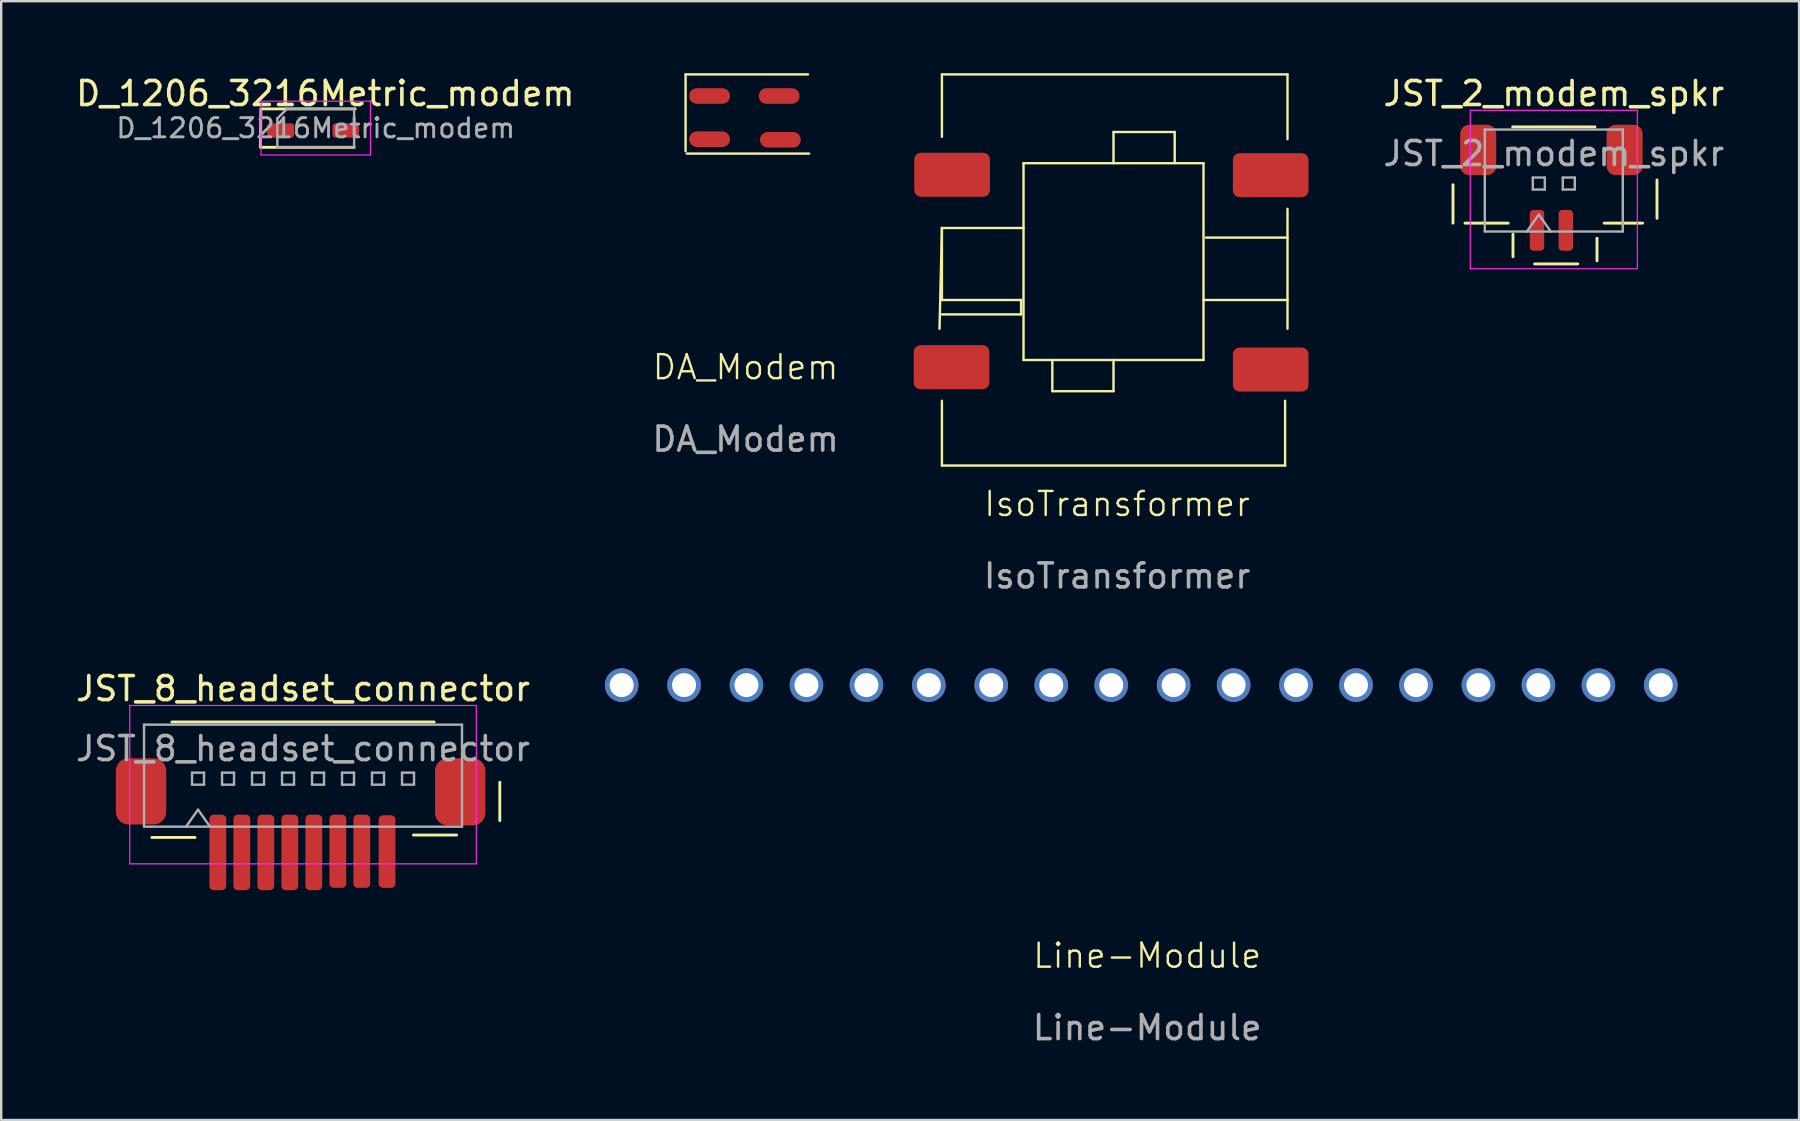
<source format=kicad_pcb>
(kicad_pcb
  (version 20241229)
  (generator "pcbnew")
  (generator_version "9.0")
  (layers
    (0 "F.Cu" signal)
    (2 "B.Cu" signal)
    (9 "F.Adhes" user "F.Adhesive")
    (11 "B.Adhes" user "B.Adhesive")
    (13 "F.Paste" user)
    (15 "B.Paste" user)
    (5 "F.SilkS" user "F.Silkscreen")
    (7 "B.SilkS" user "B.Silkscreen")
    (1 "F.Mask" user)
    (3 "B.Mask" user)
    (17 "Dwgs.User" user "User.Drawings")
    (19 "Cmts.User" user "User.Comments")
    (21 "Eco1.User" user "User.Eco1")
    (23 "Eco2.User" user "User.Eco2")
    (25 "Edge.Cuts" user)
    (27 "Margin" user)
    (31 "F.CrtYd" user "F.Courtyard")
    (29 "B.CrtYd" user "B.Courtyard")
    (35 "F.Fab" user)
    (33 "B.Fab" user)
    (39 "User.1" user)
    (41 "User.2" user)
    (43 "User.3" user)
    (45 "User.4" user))
  (footprint "DA_Modem"
    (layer "F.Cu")
    (at 28.018 1.75)
    (property "Reference" "DA_Modem" (at 0 10.5 0) (unlocked yes) (layer "F.SilkS") (effects (font (size 1 1) (thickness 0.1))))
    (attr smd)
    (fp_line (start -2.5 -1.7) (end 2.6 -1.7) (stroke (width 0.1) (type default)) (layer "F.SilkS"))
    (fp_line (start -2.5 1.5) (end -2.5 -1.7) (stroke (width 0.1) (type default)) (layer "F.SilkS"))
    (fp_line (start -2.45 1.6) (end 2.65 1.6) (stroke (width 0.1) (type default)) (layer "F.SilkS"))
    (fp_text user "${REFERENCE}" (at 0 13.5 0) (unlocked yes) (layer "F.Fab") (effects (font (size 1 1) (thickness 0.15))))
    (pad "1" smd oval (at 1.45 1.025 180) (size 1.7 0.65) (layers "F.Cu" "F.Mask" "F.Paste"))
    (pad "2" smd oval (at 1.4 -0.8 180) (size 1.7 0.65) (layers "F.Cu" "F.Mask" "F.Paste"))
    (pad "3" smd oval (at -1.5 1 180) (size 1.7 0.65) (layers "F.Cu" "F.Mask" "F.Paste"))
    (pad "4" smd oval (at -1.5 -0.8 180) (size 1.7 0.65) (layers "F.Cu" "F.Mask" "F.Paste")))
  (footprint "Line-Module"
    (layer "F.Cu")
    (at 44.755 25.498)
    (property "Reference" "Line-Module" (at 0 11.275 0) (unlocked yes) (layer "F.SilkS") (effects (font (size 1 1) (thickness 0.1))))
    (attr smd)
    (fp_text user "${REFERENCE}" (at 0 14.275 0) (unlocked yes) (layer "F.Fab") (effects (font (size 1 1) (thickness 0.15))))
    (pad "1" thru_hole circle (at -21.9 0) (size 1.4 1.4) (drill 1) (layers "*.Cu" "*.Mask"))
    (pad "2" thru_hole circle (at -19.3 0) (size 1.4 1.4) (drill 1) (layers "*.Cu" "*.Mask"))
    (pad "3" thru_hole circle (at -16.7 0) (size 1.4 1.4) (drill 1) (layers "*.Cu" "*.Mask"))
    (pad "4" thru_hole circle (at -14.2 0) (size 1.4 1.4) (drill 1) (layers "*.Cu" "*.Mask"))
    (pad "5" thru_hole circle (at -11.7 0) (size 1.4 1.4) (drill 1) (layers "*.Cu" "*.Mask"))
    (pad "6" thru_hole circle (at -9.1 0) (size 1.4 1.4) (drill 1) (layers "*.Cu" "*.Mask"))
    (pad "7" thru_hole circle (at -6.5 0) (size 1.4 1.4) (drill 1) (layers "*.Cu" "*.Mask"))
    (pad "8" thru_hole circle (at -4 0) (size 1.4 1.4) (drill 1) (layers "*.Cu" "*.Mask"))
    (pad "9" thru_hole circle (at -1.5 0) (size 1.4 1.4) (drill 1) (layers "*.Cu" "*.Mask"))
    (pad "10" thru_hole circle (at 1.1 0) (size 1.4 1.4) (drill 1) (layers "*.Cu" "*.Mask"))
    (pad "11" thru_hole circle (at 3.6 0) (size 1.4 1.4) (drill 1) (layers "*.Cu" "*.Mask"))
    (pad "12" thru_hole circle (at 6.2 0) (size 1.4 1.4) (drill 1) (layers "*.Cu" "*.Mask"))
    (pad "13" thru_hole circle (at 8.7 0) (size 1.4 1.4) (drill 1) (layers "*.Cu" "*.Mask"))
    (pad "14" thru_hole circle (at 11.2 0) (size 1.4 1.4) (drill 1) (layers "*.Cu" "*.Mask"))
    (pad "15" thru_hole circle (at 13.8 0) (size 1.4 1.4) (drill 1) (layers "*.Cu" "*.Mask"))
    (pad "16" thru_hole circle (at 16.3 0) (size 1.4 1.4) (drill 1) (layers "*.Cu" "*.Mask"))
    (pad "17" thru_hole circle (at 18.8 0) (size 1.4 1.4) (drill 1) (layers "*.Cu" "*.Mask"))
    (pad "18" thru_hole circle (at 21.4 0) (size 1.4 1.4) (drill 1) (layers "*.Cu" "*.Mask")))
  (footprint "IsoTransformer"
    (layer "F.Cu")
    (at 43.5 7.65)
    (property "Reference" "IsoTransformer" (at 0 10.3 0) (unlocked yes) (layer "F.SilkS") (effects (font (size 1 1) (thickness 0.1))))
    (attr smd)
    (fp_line (start -7.3 -7.6) (end 7.1 -7.6) (stroke (width 0.1) (type default)) (layer "F.SilkS"))
    (fp_line (start -7.3 -5) (end -7.3 -7.6) (stroke (width 0.1) (type default)) (layer "F.SilkS"))
    (fp_line (start -7.3 -1.2) (end -7.4 3) (stroke (width 0.1) (type default)) (layer "F.SilkS"))
    (fp_line (start -7.3 -1.2) (end -3.9 -1.2) (stroke (width 0.1) (type default)) (layer "F.SilkS"))
    (fp_line (start -7.3 1.8) (end -7.3 -1.2) (stroke (width 0.1) (type default)) (layer "F.SilkS"))
    (fp_line (start -7.3 2.4) (end -4 2.4) (stroke (width 0.1) (type default)) (layer "F.SilkS"))
    (fp_line (start -7.3 8.7) (end -7.3 6) (stroke (width 0.1) (type default)) (layer "F.SilkS"))
    (fp_line (start -4 1.8) (end -7.3 1.8) (stroke (width 0.1) (type default)) (layer "F.SilkS"))
    (fp_line (start -4 2.4) (end -4 1.8) (stroke (width 0.1) (type default)) (layer "F.SilkS"))
    (fp_line (start -3.9 -3.9) (end -3.9 4.3) (stroke (width 0.1) (type default)) (layer "F.SilkS"))
    (fp_line (start -3.9 4.3) (end 3.6 4.3) (stroke (width 0.1) (type default)) (layer "F.SilkS"))
    (fp_line (start -2.7 5.6) (end -2.7 4.3) (stroke (width 0.1) (type default)) (layer "F.SilkS"))
    (fp_line (start -0.15 -5.2) (end 2.4 -5.2) (stroke (width 0.1) (type default)) (layer "F.SilkS"))
    (fp_line (start -0.15 -3.9) (end -0.15 -5.2) (stroke (width 0.1) (type default)) (layer "F.SilkS"))
    (fp_line (start -0.15 4.3) (end -0.15 5.6) (stroke (width 0.1) (type default)) (layer "F.SilkS"))
    (fp_line (start -0.15 5.6) (end -2.7 5.6) (stroke (width 0.1) (type default)) (layer "F.SilkS"))
    (fp_line (start 2.4 -5.2) (end 2.4 -3.9) (stroke (width 0.1) (type default)) (layer "F.SilkS"))
    (fp_line (start 3.6 -3.9) (end -3.9 -3.9) (stroke (width 0.1) (type default)) (layer "F.SilkS"))
    (fp_line (start 3.6 1.8) (end 7.1 1.8) (stroke (width 0.1) (type default)) (layer "F.SilkS"))
    (fp_line (start 3.6 4.3) (end 3.6 -3.9) (stroke (width 0.1) (type default)) (layer "F.SilkS"))
    (fp_line (start 3.7 -0.8) (end 7.1 -0.8) (stroke (width 0.1) (type default)) (layer "F.SilkS"))
    (fp_line (start 7 6) (end 7 8.7) (stroke (width 0.1) (type default)) (layer "F.SilkS"))
    (fp_line (start 7 8.7) (end -7.3 8.7) (stroke (width 0.1) (type default)) (layer "F.SilkS"))
    (fp_line (start 7.1 -7.6) (end 7.1 -4.9) (stroke (width 0.1) (type default)) (layer "F.SilkS"))
    (fp_line (start 7.1 -2) (end 7.1 3) (stroke (width 0.1) (type default)) (layer "F.SilkS"))
    (fp_text user "${REFERENCE}" (at 0 13.3 0) (unlocked yes) (layer "F.Fab") (effects (font (size 1 1) (thickness 0.15))))
    (pad "1" smd roundrect (at -6.876 -3.417) (size 3.152 1.835) (layers "F.Cu" "F.Mask" "F.Paste") (roundrect_rratio 0.15))
    (pad "2" smd roundrect (at -6.9 4.6) (size 3.152 1.835) (layers "F.Cu" "F.Mask" "F.Paste") (roundrect_rratio 0.15))
    (pad "3" smd roundrect (at 6.4 4.7) (size 3.152 1.835) (layers "F.Cu" "F.Mask" "F.Paste") (roundrect_rratio 0.15))
    (pad "4" smd roundrect (at 6.4 -3.4) (size 3.152 1.835) (layers "F.Cu" "F.Mask" "F.Paste") (roundrect_rratio 0.15)))
  (footprint "JST_8_headset_connector"
    (layer "F.Cu")
    (at 9.577 29.646)
    (property "Reference" "JST_8_headset_connector" (at 0 -4 0) (layer "F.SilkS") (effects (font (size 1 1) (thickness 0.15))))
    (attr smd)
    (fp_line (start -6.3 2.2) (end -4.5 2.2) (stroke (width 0.12) (type solid)) (layer "F.SilkS"))
    (fp_line (start -5.465 -2.61) (end 5.465 -2.61) (stroke (width 0.12) (type solid)) (layer "F.SilkS"))
    (fp_line (start 6.4 2.1) (end 4.6 2.1) (stroke (width 0.12) (type solid)) (layer "F.SilkS"))
    (fp_line (start 8.2 -0.1) (end 8.2 1.5) (stroke (width 0.12) (type solid)) (layer "F.SilkS"))
    (fp_line (start -7.22 -3.3) (end -7.22 3.3) (stroke (width 0.05) (type solid)) (layer "F.CrtYd"))
    (fp_line (start -7.22 3.3) (end 7.22 3.3) (stroke (width 0.05) (type solid)) (layer "F.CrtYd"))
    (fp_line (start 7.22 -3.3) (end -7.22 -3.3) (stroke (width 0.05) (type solid)) (layer "F.CrtYd"))
    (fp_line (start 7.22 3.3) (end 7.22 -3.3) (stroke (width 0.05) (type solid)) (layer "F.CrtYd"))
    (fp_line (start -6.625 -2.5) (end 6.625 -2.5) (stroke (width 0.1) (type solid)) (layer "F.Fab"))
    (fp_line (start -6.625 1.75) (end -6.625 -2.5) (stroke (width 0.1) (type solid)) (layer "F.Fab"))
    (fp_line (start -6.625 1.75) (end 6.625 1.75) (stroke (width 0.1) (type solid)) (layer "F.Fab"))
    (fp_line (start -4.875 1.75) (end -4.375 1.043) (stroke (width 0.1) (type solid)) (layer "F.Fab"))
    (fp_line (start -4.625 -0.5) (end -4.625 0) (stroke (width 0.1) (type solid)) (layer "F.Fab"))
    (fp_line (start -4.625 0) (end -4.125 0) (stroke (width 0.1) (type solid)) (layer "F.Fab"))
    (fp_line (start -4.375 1.043) (end -3.875 1.75) (stroke (width 0.1) (type solid)) (layer "F.Fab"))
    (fp_line (start -4.125 -0.5) (end -4.625 -0.5) (stroke (width 0.1) (type solid)) (layer "F.Fab"))
    (fp_line (start -4.125 0) (end -4.125 -0.5) (stroke (width 0.1) (type solid)) (layer "F.Fab"))
    (fp_line (start -3.375 -0.5) (end -3.375 0) (stroke (width 0.1) (type solid)) (layer "F.Fab"))
    (fp_line (start -3.375 0) (end -2.875 0) (stroke (width 0.1) (type solid)) (layer "F.Fab"))
    (fp_line (start -2.875 -0.5) (end -3.375 -0.5) (stroke (width 0.1) (type solid)) (layer "F.Fab"))
    (fp_line (start -2.875 0) (end -2.875 -0.5) (stroke (width 0.1) (type solid)) (layer "F.Fab"))
    (fp_line (start -2.125 -0.5) (end -2.125 0) (stroke (width 0.1) (type solid)) (layer "F.Fab"))
    (fp_line (start -2.125 0) (end -1.625 0) (stroke (width 0.1) (type solid)) (layer "F.Fab"))
    (fp_line (start -1.625 -0.5) (end -2.125 -0.5) (stroke (width 0.1) (type solid)) (layer "F.Fab"))
    (fp_line (start -1.625 0) (end -1.625 -0.5) (stroke (width 0.1) (type solid)) (layer "F.Fab"))
    (fp_line (start -0.875 -0.5) (end -0.875 0) (stroke (width 0.1) (type solid)) (layer "F.Fab"))
    (fp_line (start -0.875 0) (end -0.375 0) (stroke (width 0.1) (type solid)) (layer "F.Fab"))
    (fp_line (start -0.375 -0.5) (end -0.875 -0.5) (stroke (width 0.1) (type solid)) (layer "F.Fab"))
    (fp_line (start -0.375 0) (end -0.375 -0.5) (stroke (width 0.1) (type solid)) (layer "F.Fab"))
    (fp_line (start 0.375 -0.5) (end 0.375 0) (stroke (width 0.1) (type solid)) (layer "F.Fab"))
    (fp_line (start 0.375 0) (end 0.875 0) (stroke (width 0.1) (type solid)) (layer "F.Fab"))
    (fp_line (start 0.875 -0.5) (end 0.375 -0.5) (stroke (width 0.1) (type solid)) (layer "F.Fab"))
    (fp_line (start 0.875 0) (end 0.875 -0.5) (stroke (width 0.1) (type solid)) (layer "F.Fab"))
    (fp_line (start 1.625 -0.5) (end 1.625 0) (stroke (width 0.1) (type solid)) (layer "F.Fab"))
    (fp_line (start 1.625 0) (end 2.125 0) (stroke (width 0.1) (type solid)) (layer "F.Fab"))
    (fp_line (start 2.125 -0.5) (end 1.625 -0.5) (stroke (width 0.1) (type solid)) (layer "F.Fab"))
    (fp_line (start 2.125 0) (end 2.125 -0.5) (stroke (width 0.1) (type solid)) (layer "F.Fab"))
    (fp_line (start 2.875 -0.5) (end 2.875 0) (stroke (width 0.1) (type solid)) (layer "F.Fab"))
    (fp_line (start 2.875 0) (end 3.375 0) (stroke (width 0.1) (type solid)) (layer "F.Fab"))
    (fp_line (start 3.375 -0.5) (end 2.875 -0.5) (stroke (width 0.1) (type solid)) (layer "F.Fab"))
    (fp_line (start 3.375 0) (end 3.375 -0.5) (stroke (width 0.1) (type solid)) (layer "F.Fab"))
    (fp_line (start 4.125 -0.5) (end 4.125 0) (stroke (width 0.1) (type solid)) (layer "F.Fab"))
    (fp_line (start 4.125 0) (end 4.625 0) (stroke (width 0.1) (type solid)) (layer "F.Fab"))
    (fp_line (start 4.625 -0.5) (end 4.125 -0.5) (stroke (width 0.1) (type solid)) (layer "F.Fab"))
    (fp_line (start 4.625 0) (end 4.625 -0.5) (stroke (width 0.1) (type solid)) (layer "F.Fab"))
    (fp_line (start 6.625 1.75) (end 6.625 -2.5) (stroke (width 0.1) (type solid)) (layer "F.Fab"))
    (fp_text user "${REFERENCE}" (at 0 -1.5 0) (layer "F.Fab") (effects (font (size 1 1) (thickness 0.15))))
    (pad "1" smd roundrect (at 3.5 2.788) (size 0.7 3.025) (layers "F.Cu" "F.Mask" "F.Paste") (roundrect_rratio 0.25))
    (pad "2" smd roundrect (at 2.45 2.775) (size 0.7 3.05) (layers "F.Cu" "F.Mask" "F.Paste") (roundrect_rratio 0.25))
    (pad "3" smd roundrect (at 1.45 2.775) (size 0.7 3.05) (layers "F.Cu" "F.Mask" "F.Paste") (roundrect_rratio 0.25))
    (pad "4" smd roundrect (at 0.45 2.825) (size 0.7 3.15) (layers "F.Cu" "F.Mask" "F.Paste") (roundrect_rratio 0.25))
    (pad "5" smd roundrect (at -0.55 2.825) (size 0.7 3.15) (layers "F.Cu" "F.Mask" "F.Paste") (roundrect_rratio 0.25))
    (pad "6" smd roundrect (at -1.55 2.825) (size 0.7 3.15) (layers "F.Cu" "F.Mask" "F.Paste") (roundrect_rratio 0.25))
    (pad "7" smd roundrect (at -2.55 2.825) (size 0.7 3.15) (layers "F.Cu" "F.Mask" "F.Paste") (roundrect_rratio 0.25))
    (pad "8" smd roundrect (at -3.55 2.825) (size 0.7 3.15) (layers "F.Cu" "F.Mask" "F.Paste") (roundrect_rratio 0.25))
    (pad "MP" smd roundrect (at -6.75 0.28) (size 2.1 2.76) (layers "F.Cu" "F.Mask" "F.Paste") (roundrect_rratio 0.25))
    (pad "MP" smd roundrect (at 6.55 0.3) (size 2.1 2.8) (layers "F.Cu" "F.Mask" "F.Paste") (roundrect_rratio 0.25)))
  (footprint "D_1206_3216Metric_modem"
    (layer "F.Cu")
    (at 10.106 2.288)
    (property "Reference" "D_1206_3216Metric_modem" (at 0.4 -1.44 0) (layer "F.SilkS") (effects (font (size 1 1) (thickness 0.15))))
    (attr smd)
    (fp_line (start -2.285 -0.8) (end -2.3 0.8) (stroke (width 0.12) (type solid)) (layer "F.SilkS"))
    (fp_line (start -2.285 0.8) (end 1.6 0.8) (stroke (width 0.12) (type solid)) (layer "F.SilkS"))
    (fp_line (start 1.643 -0.8) (end -2.243 -0.8) (stroke (width 0.12) (type solid)) (layer "F.SilkS"))
    (fp_line (start -2.28 -1.12) (end 2.28 -1.12) (stroke (width 0.05) (type solid)) (layer "F.CrtYd"))
    (fp_line (start -2.28 1.12) (end -2.28 -1.12) (stroke (width 0.05) (type solid)) (layer "F.CrtYd"))
    (fp_line (start 2.28 -1.12) (end 2.28 1.12) (stroke (width 0.05) (type solid)) (layer "F.CrtYd"))
    (fp_line (start 2.28 1.12) (end -2.28 1.12) (stroke (width 0.05) (type solid)) (layer "F.CrtYd"))
    (fp_line (start -1.6 -0.4) (end -1.6 0.8) (stroke (width 0.1) (type solid)) (layer "F.Fab"))
    (fp_line (start -1.6 0.8) (end 1.6 0.8) (stroke (width 0.1) (type solid)) (layer "F.Fab"))
    (fp_line (start -1.2 -0.8) (end -1.6 -0.4) (stroke (width 0.1) (type solid)) (layer "F.Fab"))
    (fp_line (start 1.6 -0.8) (end -1.2 -0.8) (stroke (width 0.1) (type solid)) (layer "F.Fab"))
    (fp_line (start 1.6 0.8) (end 1.6 -0.8) (stroke (width 0.1) (type solid)) (layer "F.Fab"))
    (fp_text user "${REFERENCE}" (at 0 0 0) (layer "F.Fab") (effects (font (size 0.8 0.8) (thickness 0.12))))
    (pad "1" smd roundrect (at -1.462 0.1) (size 1.125 0.6) (layers "F.Cu" "F.Mask" "F.Paste") (roundrect_rratio 0.2))
    (pad "2" smd roundrect (at 1.25 0.1) (size 1.1 0.6) (layers "F.Cu" "F.Mask" "F.Paste") (roundrect_rratio 0.2)))
  (footprint "JST_2_modem_spkr"
    (layer "F.Cu")
    (at 61.697 4.848)
    (property "Reference" "JST_2_modem_spkr" (at 0 -4 0) (layer "F.SilkS") (effects (font (size 1 1) (thickness 0.15))))
    (attr smd)
    (fp_line (start -4.2 -0.2) (end -4.2 1.4) (stroke (width 0.12) (type solid)) (layer "F.SilkS"))
    (fp_line (start -3.7 1.4) (end -1.9 1.4) (stroke (width 0.12) (type solid)) (layer "F.SilkS"))
    (fp_line (start -1.715 -2.61) (end 1.715 -2.61) (stroke (width 0.12) (type solid)) (layer "F.SilkS"))
    (fp_line (start -1.7 1.86) (end -1.7 2.8) (stroke (width 0.12) (type solid)) (layer "F.SilkS"))
    (fp_line (start 1 3.1) (end -0.8 3.1) (stroke (width 0.12) (type solid)) (layer "F.SilkS"))
    (fp_line (start 1.8 2.03) (end 1.8 2.97) (stroke (width 0.12) (type solid)) (layer "F.SilkS"))
    (fp_line (start 2.1 1.4) (end 3.7 1.4) (stroke (width 0.12) (type solid)) (layer "F.SilkS"))
    (fp_line (start 4.3 -0.4) (end 4.3 1.2) (stroke (width 0.12) (type solid)) (layer "F.SilkS"))
    (fp_line (start -3.48 -3.3) (end -3.48 3.3) (stroke (width 0.05) (type solid)) (layer "F.CrtYd"))
    (fp_line (start -3.48 3.3) (end 3.48 3.3) (stroke (width 0.05) (type solid)) (layer "F.CrtYd"))
    (fp_line (start 3.48 -3.3) (end -3.48 -3.3) (stroke (width 0.05) (type solid)) (layer "F.CrtYd"))
    (fp_line (start 3.48 3.3) (end 3.48 -3.3) (stroke (width 0.05) (type solid)) (layer "F.CrtYd"))
    (fp_line (start -2.875 -2.5) (end 2.875 -2.5) (stroke (width 0.1) (type solid)) (layer "F.Fab"))
    (fp_line (start -2.875 1.75) (end -2.875 -2.5) (stroke (width 0.1) (type solid)) (layer "F.Fab"))
    (fp_line (start -2.875 1.75) (end 2.875 1.75) (stroke (width 0.1) (type solid)) (layer "F.Fab"))
    (fp_line (start -1.125 1.75) (end -0.625 1.043) (stroke (width 0.1) (type solid)) (layer "F.Fab"))
    (fp_line (start -0.875 -0.5) (end -0.875 0) (stroke (width 0.1) (type solid)) (layer "F.Fab"))
    (fp_line (start -0.875 0) (end -0.375 0) (stroke (width 0.1) (type solid)) (layer "F.Fab"))
    (fp_line (start -0.625 1.043) (end -0.125 1.75) (stroke (width 0.1) (type solid)) (layer "F.Fab"))
    (fp_line (start -0.375 -0.5) (end -0.875 -0.5) (stroke (width 0.1) (type solid)) (layer "F.Fab"))
    (fp_line (start -0.375 0) (end -0.375 -0.5) (stroke (width 0.1) (type solid)) (layer "F.Fab"))
    (fp_line (start 0.375 -0.5) (end 0.375 0) (stroke (width 0.1) (type solid)) (layer "F.Fab"))
    (fp_line (start 0.375 0) (end 0.875 0) (stroke (width 0.1) (type solid)) (layer "F.Fab"))
    (fp_line (start 0.875 -0.5) (end 0.375 -0.5) (stroke (width 0.1) (type solid)) (layer "F.Fab"))
    (fp_line (start 0.875 0) (end 0.875 -0.5) (stroke (width 0.1) (type solid)) (layer "F.Fab"))
    (fp_line (start 2.875 1.75) (end 2.875 -2.5) (stroke (width 0.1) (type solid)) (layer "F.Fab"))
    (fp_text user "${REFERENCE}" (at 0 -1.5 0) (layer "F.Fab") (effects (font (size 1 1) (thickness 0.15))))
    (pad "1" smd roundrect (at -0.7 1.7) (size 0.6 1.7) (layers "F.Cu" "F.Mask" "F.Paste") (roundrect_rratio 0.25))
    (pad "2" smd roundrect (at 0.5 1.7) (size 0.6 1.7) (layers "F.Cu" "F.Mask" "F.Paste") (roundrect_rratio 0.25))
    (pad "MP" smd roundrect (at -3.15 -1.65) (size 1.5 2.1) (layers "F.Cu" "F.Mask" "F.Paste") (roundrect_rratio 0.25))
    (pad "MP" smd roundrect (at 2.95 -1.65) (size 1.5 2.1) (layers "F.Cu" "F.Mask" "F.Paste") (roundrect_rratio 0.25)))
  (gr_rect
    (start -3 -3)
    (end 71.917 43.621)
    (stroke (width 0.1) (type default))
    (fill no)
    (layer "Edge.Cuts")))
</source>
